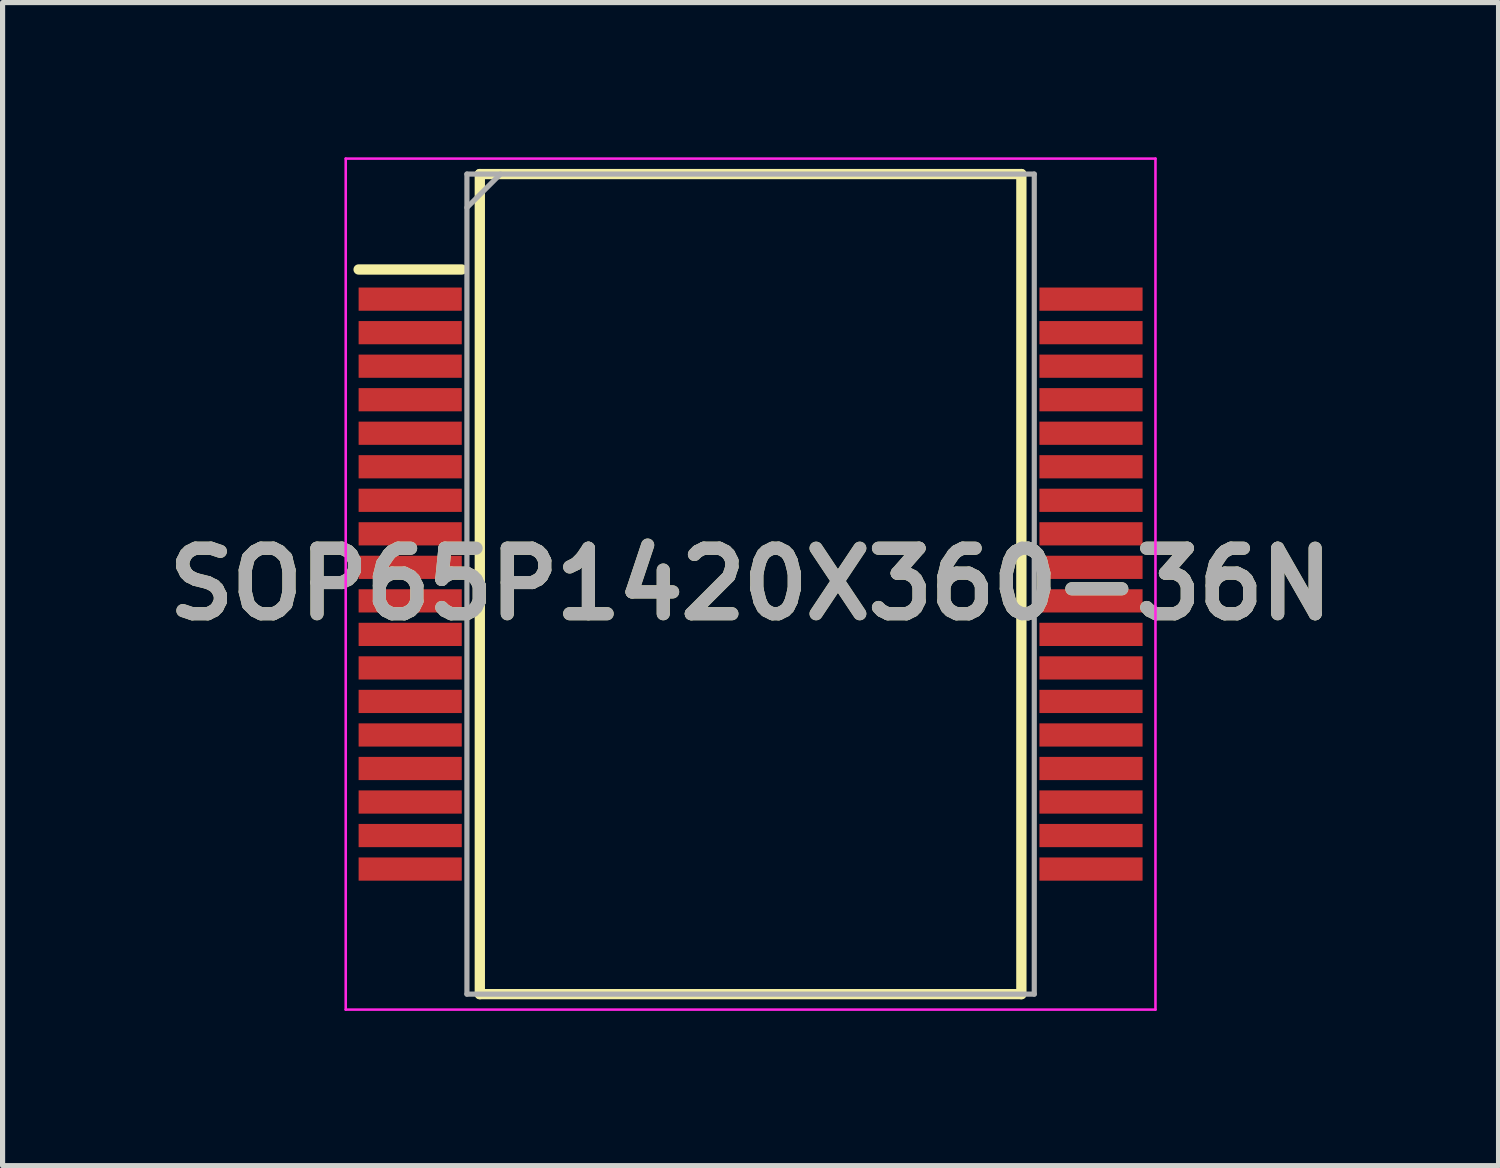
<source format=kicad_pcb>
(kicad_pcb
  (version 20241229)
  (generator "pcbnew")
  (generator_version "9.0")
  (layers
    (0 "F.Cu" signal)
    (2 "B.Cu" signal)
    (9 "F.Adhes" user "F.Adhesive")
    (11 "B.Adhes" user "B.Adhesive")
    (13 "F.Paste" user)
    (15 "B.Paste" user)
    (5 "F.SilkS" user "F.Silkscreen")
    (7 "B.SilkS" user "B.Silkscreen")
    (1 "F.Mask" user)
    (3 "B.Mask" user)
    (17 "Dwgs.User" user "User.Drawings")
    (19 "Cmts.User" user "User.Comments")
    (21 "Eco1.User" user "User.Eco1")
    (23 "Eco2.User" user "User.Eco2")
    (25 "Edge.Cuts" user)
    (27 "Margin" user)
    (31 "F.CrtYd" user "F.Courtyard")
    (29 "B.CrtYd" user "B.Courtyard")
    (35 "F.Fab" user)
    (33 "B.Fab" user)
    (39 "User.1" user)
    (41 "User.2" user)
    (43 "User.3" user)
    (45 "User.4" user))
  (footprint "SOP65P1420X360-36N"
    (layer "F.Cu")
    (at 11.503 8.275)
    (property "Reference" "SOP65P1420X360-36N" (at 0 0 0) (layer "F.SilkS") (effects (font (size 1.27 1.27) (thickness 0.254))))
    (attr smd)
    (fp_line (start -7.6 -6.1) (end -5.6 -6.1) (stroke (width 0.2) (type solid)) (layer "F.SilkS"))
    (fp_line (start -5.25 -7.95) (end 5.25 -7.95) (stroke (width 0.2) (type solid)) (layer "F.SilkS"))
    (fp_line (start -5.25 7.95) (end -5.25 -7.95) (stroke (width 0.2) (type solid)) (layer "F.SilkS"))
    (fp_line (start 5.25 -7.95) (end 5.25 7.95) (stroke (width 0.2) (type solid)) (layer "F.SilkS"))
    (fp_line (start 5.25 7.95) (end -5.25 7.95) (stroke (width 0.2) (type solid)) (layer "F.SilkS"))
    (fp_line (start -7.85 -8.25) (end 7.85 -8.25) (stroke (width 0.05) (type solid)) (layer "F.CrtYd"))
    (fp_line (start -7.85 8.25) (end -7.85 -8.25) (stroke (width 0.05) (type solid)) (layer "F.CrtYd"))
    (fp_line (start 7.85 -8.25) (end 7.85 8.25) (stroke (width 0.05) (type solid)) (layer "F.CrtYd"))
    (fp_line (start 7.85 8.25) (end -7.85 8.25) (stroke (width 0.05) (type solid)) (layer "F.CrtYd"))
    (fp_line (start -5.5 -7.95) (end 5.5 -7.95) (stroke (width 0.1) (type solid)) (layer "F.Fab"))
    (fp_line (start -5.5 -7.3) (end -4.85 -7.95) (stroke (width 0.1) (type solid)) (layer "F.Fab"))
    (fp_line (start -5.5 7.95) (end -5.5 -7.95) (stroke (width 0.1) (type solid)) (layer "F.Fab"))
    (fp_line (start 5.5 -7.95) (end 5.5 7.95) (stroke (width 0.1) (type solid)) (layer "F.Fab"))
    (fp_line (start 5.5 7.95) (end -5.5 7.95) (stroke (width 0.1) (type solid)) (layer "F.Fab"))
    (fp_text user "${REFERENCE}" (at 0 0 0) (layer "F.Fab") (effects (font (size 1.27 1.27) (thickness 0.254))))
    (pad "1" smd rect (at -6.6 -5.525 90) (size 0.45 2) (layers "F.Cu" "F.Mask" "F.Paste"))
    (pad "2" smd rect (at -6.6 -4.875 90) (size 0.45 2) (layers "F.Cu" "F.Mask" "F.Paste"))
    (pad "3" smd rect (at -6.6 -4.225 90) (size 0.45 2) (layers "F.Cu" "F.Mask" "F.Paste"))
    (pad "4" smd rect (at -6.6 -3.575 90) (size 0.45 2) (layers "F.Cu" "F.Mask" "F.Paste"))
    (pad "5" smd rect (at -6.6 -2.925 90) (size 0.45 2) (layers "F.Cu" "F.Mask" "F.Paste"))
    (pad "6" smd rect (at -6.6 -2.275 90) (size 0.45 2) (layers "F.Cu" "F.Mask" "F.Paste"))
    (pad "7" smd rect (at -6.6 -1.625 90) (size 0.45 2) (layers "F.Cu" "F.Mask" "F.Paste"))
    (pad "8" smd rect (at -6.6 -0.975 90) (size 0.45 2) (layers "F.Cu" "F.Mask" "F.Paste"))
    (pad "9" smd rect (at -6.6 -0.325 90) (size 0.45 2) (layers "F.Cu" "F.Mask" "F.Paste"))
    (pad "10" smd rect (at -6.6 0.325 90) (size 0.45 2) (layers "F.Cu" "F.Mask" "F.Paste"))
    (pad "11" smd rect (at -6.6 0.975 90) (size 0.45 2) (layers "F.Cu" "F.Mask" "F.Paste"))
    (pad "12" smd rect (at -6.6 1.625 90) (size 0.45 2) (layers "F.Cu" "F.Mask" "F.Paste"))
    (pad "13" smd rect (at -6.6 2.275 90) (size 0.45 2) (layers "F.Cu" "F.Mask" "F.Paste"))
    (pad "14" smd rect (at -6.6 2.925 90) (size 0.45 2) (layers "F.Cu" "F.Mask" "F.Paste"))
    (pad "15" smd rect (at -6.6 3.575 90) (size 0.45 2) (layers "F.Cu" "F.Mask" "F.Paste"))
    (pad "16" smd rect (at -6.6 4.225 90) (size 0.45 2) (layers "F.Cu" "F.Mask" "F.Paste"))
    (pad "17" smd rect (at -6.6 4.875 90) (size 0.45 2) (layers "F.Cu" "F.Mask" "F.Paste"))
    (pad "18" smd rect (at -6.6 5.525 90) (size 0.45 2) (layers "F.Cu" "F.Mask" "F.Paste"))
    (pad "19" smd rect (at 6.6 5.525 90) (size 0.45 2) (layers "F.Cu" "F.Mask" "F.Paste"))
    (pad "20" smd rect (at 6.6 4.875 90) (size 0.45 2) (layers "F.Cu" "F.Mask" "F.Paste"))
    (pad "21" smd rect (at 6.6 4.225 90) (size 0.45 2) (layers "F.Cu" "F.Mask" "F.Paste"))
    (pad "22" smd rect (at 6.6 3.575 90) (size 0.45 2) (layers "F.Cu" "F.Mask" "F.Paste"))
    (pad "23" smd rect (at 6.6 2.925 90) (size 0.45 2) (layers "F.Cu" "F.Mask" "F.Paste"))
    (pad "24" smd rect (at 6.6 2.275 90) (size 0.45 2) (layers "F.Cu" "F.Mask" "F.Paste"))
    (pad "25" smd rect (at 6.6 1.625 90) (size 0.45 2) (layers "F.Cu" "F.Mask" "F.Paste"))
    (pad "26" smd rect (at 6.6 0.975 90) (size 0.45 2) (layers "F.Cu" "F.Mask" "F.Paste"))
    (pad "27" smd rect (at 6.6 0.325 90) (size 0.45 2) (layers "F.Cu" "F.Mask" "F.Paste"))
    (pad "28" smd rect (at 6.6 -0.325 90) (size 0.45 2) (layers "F.Cu" "F.Mask" "F.Paste"))
    (pad "29" smd rect (at 6.6 -0.975 90) (size 0.45 2) (layers "F.Cu" "F.Mask" "F.Paste"))
    (pad "30" smd rect (at 6.6 -1.625 90) (size 0.45 2) (layers "F.Cu" "F.Mask" "F.Paste"))
    (pad "31" smd rect (at 6.6 -2.275 90) (size 0.45 2) (layers "F.Cu" "F.Mask" "F.Paste"))
    (pad "32" smd rect (at 6.6 -2.925 90) (size 0.45 2) (layers "F.Cu" "F.Mask" "F.Paste"))
    (pad "33" smd rect (at 6.6 -3.575 90) (size 0.45 2) (layers "F.Cu" "F.Mask" "F.Paste"))
    (pad "34" smd rect (at 6.6 -4.225 90) (size 0.45 2) (layers "F.Cu" "F.Mask" "F.Paste"))
    (pad "35" smd rect (at 6.6 -4.875 90) (size 0.45 2) (layers "F.Cu" "F.Mask" "F.Paste"))
    (pad "36" smd rect (at 6.6 -5.525 90) (size 0.45 2) (layers "F.Cu" "F.Mask" "F.Paste")))
  (gr_rect
    (start -3 -3)
    (end 26.005 19.55)
    (stroke (width 0.1) (type default))
    (fill no)
    (layer "Edge.Cuts")))
</source>
